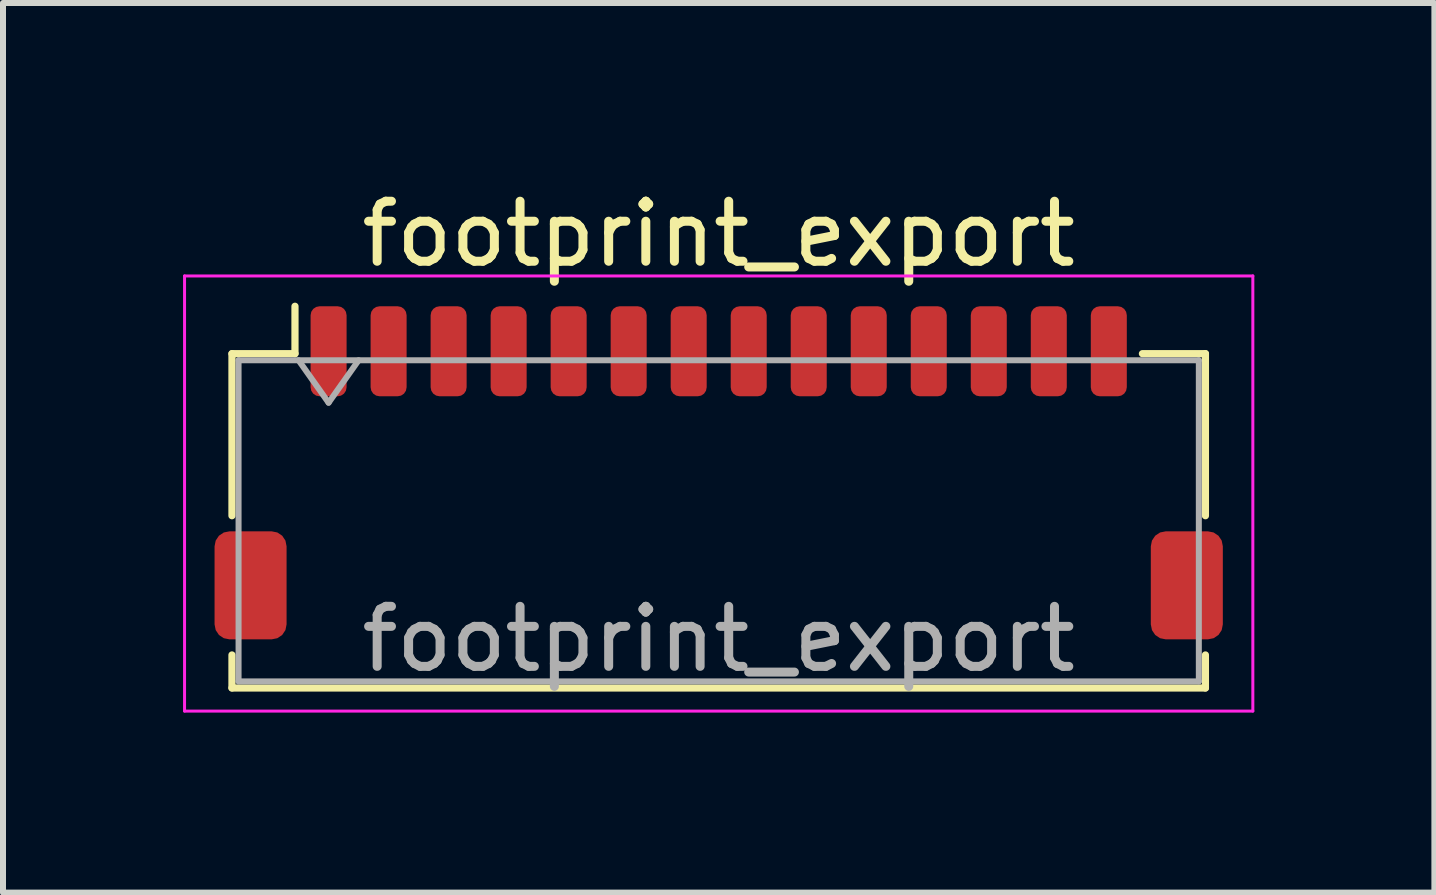
<source format=kicad_pcb>
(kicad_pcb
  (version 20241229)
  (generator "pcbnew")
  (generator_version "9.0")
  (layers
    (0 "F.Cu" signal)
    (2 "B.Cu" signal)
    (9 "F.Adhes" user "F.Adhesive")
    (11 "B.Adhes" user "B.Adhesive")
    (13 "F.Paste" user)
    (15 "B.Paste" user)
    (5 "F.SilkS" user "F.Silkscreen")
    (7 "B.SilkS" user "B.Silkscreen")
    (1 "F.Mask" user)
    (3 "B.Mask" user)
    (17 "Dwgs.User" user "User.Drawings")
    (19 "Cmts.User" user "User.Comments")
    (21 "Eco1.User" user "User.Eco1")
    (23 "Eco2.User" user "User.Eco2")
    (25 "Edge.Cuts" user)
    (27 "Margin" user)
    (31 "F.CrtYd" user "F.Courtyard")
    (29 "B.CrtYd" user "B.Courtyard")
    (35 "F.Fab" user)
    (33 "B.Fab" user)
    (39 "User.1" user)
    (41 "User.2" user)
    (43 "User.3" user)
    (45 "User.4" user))
  (footprint "footprint_export"
    (layer "F.Cu")
    (at 8.925 4.828)
    (property "Reference" "footprint_export" (at 0 -3.98 0) (layer "F.SilkS") (effects (font (size 1 1) (thickness 0.15))))
    (attr smd)
    (fp_line (start -8.11 -1.985) (end -7.06 -1.985) (stroke (width 0.12) (type solid)) (layer "F.SilkS"))
    (fp_line (start -8.11 0.715) (end -8.11 -1.985) (stroke (width 0.12) (type solid)) (layer "F.SilkS"))
    (fp_line (start -8.11 3.035) (end -8.11 3.585) (stroke (width 0.12) (type solid)) (layer "F.SilkS"))
    (fp_line (start -8.11 3.585) (end 8.11 3.585) (stroke (width 0.12) (type solid)) (layer "F.SilkS"))
    (fp_line (start -7.06 -1.985) (end -7.06 -2.775) (stroke (width 0.12) (type solid)) (layer "F.SilkS"))
    (fp_line (start 8.11 -1.985) (end 7.06 -1.985) (stroke (width 0.12) (type solid)) (layer "F.SilkS"))
    (fp_line (start 8.11 0.715) (end 8.11 -1.985) (stroke (width 0.12) (type solid)) (layer "F.SilkS"))
    (fp_line (start 8.11 3.585) (end 8.11 3.035) (stroke (width 0.12) (type solid)) (layer "F.SilkS"))
    (fp_line (start -8.9 -3.28) (end -8.9 3.97) (stroke (width 0.05) (type solid)) (layer "F.CrtYd"))
    (fp_line (start -8.9 3.97) (end 8.9 3.97) (stroke (width 0.05) (type solid)) (layer "F.CrtYd"))
    (fp_line (start 8.9 -3.28) (end -8.9 -3.28) (stroke (width 0.05) (type solid)) (layer "F.CrtYd"))
    (fp_line (start 8.9 3.97) (end 8.9 -3.28) (stroke (width 0.05) (type solid)) (layer "F.CrtYd"))
    (fp_line (start -8 -1.875) (end -8 3.475) (stroke (width 0.1) (type solid)) (layer "F.Fab"))
    (fp_line (start -8 -1.875) (end 8 -1.875) (stroke (width 0.1) (type solid)) (layer "F.Fab"))
    (fp_line (start -8 3.475) (end 8 3.475) (stroke (width 0.1) (type solid)) (layer "F.Fab"))
    (fp_line (start -7 -1.875) (end -6.5 -1.168) (stroke (width 0.1) (type solid)) (layer "F.Fab"))
    (fp_line (start -6.5 -1.168) (end -6 -1.875) (stroke (width 0.1) (type solid)) (layer "F.Fab"))
    (fp_line (start 8 -1.875) (end 8 3.475) (stroke (width 0.1) (type solid)) (layer "F.Fab"))
    (fp_text user "${REFERENCE}" (at 0 2.77 0) (layer "F.Fab") (effects (font (size 1 1) (thickness 0.15))))
    (pad "1" smd roundrect (at -6.5 -2.025) (size 0.6 1.5) (layers "F.Cu" "F.Mask" "F.Paste") (roundrect_rratio 0.25))
    (pad "2" smd roundrect (at -5.5 -2.025) (size 0.6 1.5) (layers "F.Cu" "F.Mask" "F.Paste") (roundrect_rratio 0.25))
    (pad "3" smd roundrect (at -4.5 -2.025) (size 0.6 1.5) (layers "F.Cu" "F.Mask" "F.Paste") (roundrect_rratio 0.25))
    (pad "4" smd roundrect (at -3.5 -2.025) (size 0.6 1.5) (layers "F.Cu" "F.Mask" "F.Paste") (roundrect_rratio 0.25))
    (pad "5" smd roundrect (at -2.5 -2.025) (size 0.6 1.5) (layers "F.Cu" "F.Mask" "F.Paste") (roundrect_rratio 0.25))
    (pad "6" smd roundrect (at -1.5 -2.025) (size 0.6 1.5) (layers "F.Cu" "F.Mask" "F.Paste") (roundrect_rratio 0.25))
    (pad "7" smd roundrect (at -0.5 -2.025) (size 0.6 1.5) (layers "F.Cu" "F.Mask" "F.Paste") (roundrect_rratio 0.25))
    (pad "8" smd roundrect (at 0.5 -2.025) (size 0.6 1.5) (layers "F.Cu" "F.Mask" "F.Paste") (roundrect_rratio 0.25))
    (pad "9" smd roundrect (at 1.5 -2.025) (size 0.6 1.5) (layers "F.Cu" "F.Mask" "F.Paste") (roundrect_rratio 0.25))
    (pad "10" smd roundrect (at 2.5 -2.025) (size 0.6 1.5) (layers "F.Cu" "F.Mask" "F.Paste") (roundrect_rratio 0.25))
    (pad "11" smd roundrect (at 3.5 -2.025) (size 0.6 1.5) (layers "F.Cu" "F.Mask" "F.Paste") (roundrect_rratio 0.25))
    (pad "12" smd roundrect (at 4.5 -2.025) (size 0.6 1.5) (layers "F.Cu" "F.Mask" "F.Paste") (roundrect_rratio 0.25))
    (pad "13" smd roundrect (at 5.5 -2.025) (size 0.6 1.5) (layers "F.Cu" "F.Mask" "F.Paste") (roundrect_rratio 0.25))
    (pad "14" smd roundrect (at 6.5 -2.025) (size 0.6 1.5) (layers "F.Cu" "F.Mask" "F.Paste") (roundrect_rratio 0.25))
    (pad "MP" smd roundrect (at -7.8 1.875) (size 1.2 1.8) (layers "F.Cu" "F.Mask" "F.Paste") (roundrect_rratio 0.208))
    (pad "MP" smd roundrect (at 7.8 1.875) (size 1.2 1.8) (layers "F.Cu" "F.Mask" "F.Paste") (roundrect_rratio 0.208)))
  (gr_rect
    (start -3 -3)
    (end 20.85 11.823)
    (stroke (width 0.1) (type default))
    (fill no)
    (layer "Edge.Cuts")))
</source>
